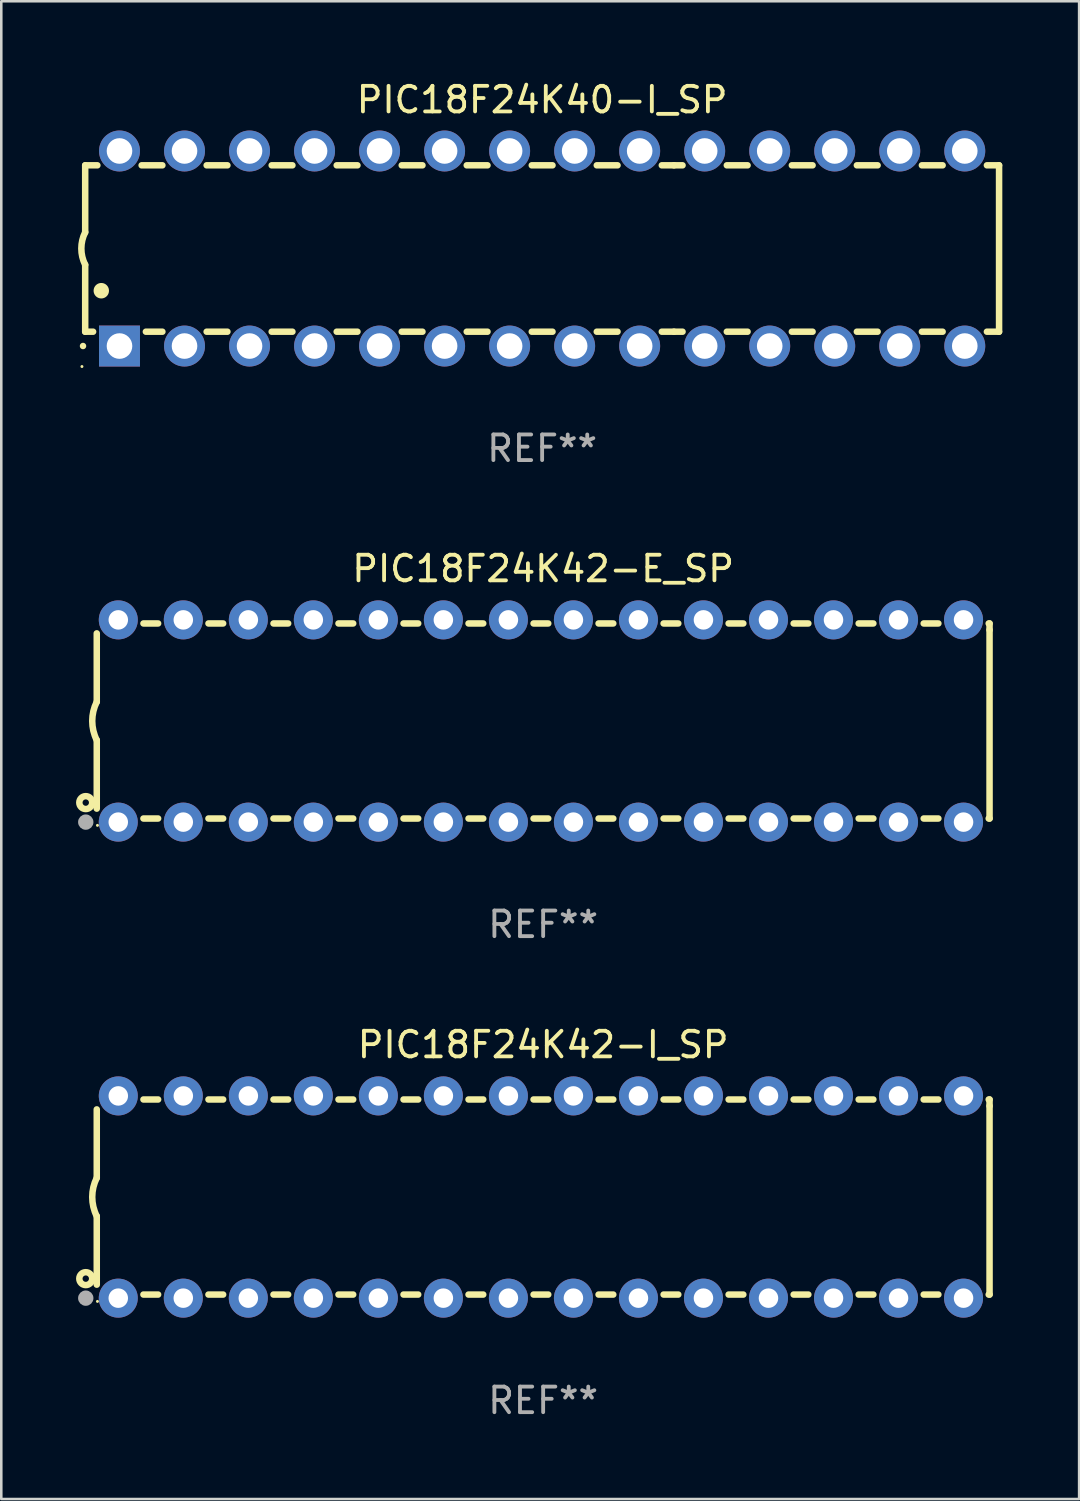
<source format=kicad_pcb>
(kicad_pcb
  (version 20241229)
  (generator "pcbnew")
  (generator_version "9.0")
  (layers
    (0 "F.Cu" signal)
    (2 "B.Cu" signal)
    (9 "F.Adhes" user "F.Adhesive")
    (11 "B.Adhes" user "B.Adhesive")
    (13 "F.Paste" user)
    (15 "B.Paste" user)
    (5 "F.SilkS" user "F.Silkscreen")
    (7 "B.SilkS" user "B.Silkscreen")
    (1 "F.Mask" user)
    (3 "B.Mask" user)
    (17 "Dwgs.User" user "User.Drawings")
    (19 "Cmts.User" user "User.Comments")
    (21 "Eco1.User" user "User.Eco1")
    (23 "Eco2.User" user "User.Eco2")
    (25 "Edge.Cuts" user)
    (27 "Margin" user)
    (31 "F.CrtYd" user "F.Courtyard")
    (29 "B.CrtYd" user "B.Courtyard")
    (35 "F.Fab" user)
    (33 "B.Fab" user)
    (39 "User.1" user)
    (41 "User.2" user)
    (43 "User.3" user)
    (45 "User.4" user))
  (footprint "PIC18F24K42-E_SP"
    (layer "F.Cu")
    (at 18.168 25.115)
    (property "Reference" "PIC18F24K42-E_SP" (at 0 -5.95 0) (layer "F.SilkS") (effects (font (size 1 1) (thickness 0.15))))
    (attr through_hole)
    (fp_line (start -17.438 0.75) (end -17.438 3.423) (stroke (width 0.254) (type solid)) (layer "F.SilkS"))
    (fp_line (start -17.438 -3.423) (end -17.438 -0.75) (stroke (width 0.254) (type solid)) (layer "F.SilkS"))
    (fp_line (start -15.615 3.81) (end -15.041 3.81) (stroke (width 0.254) (type solid)) (layer "F.SilkS"))
    (fp_line (start -15.041 -3.81) (end -15.614 -3.81) (stroke (width 0.254) (type solid)) (layer "F.SilkS"))
    (fp_line (start -13.075 3.81) (end -12.501 3.81) (stroke (width 0.254) (type solid)) (layer "F.SilkS"))
    (fp_line (start -12.501 -3.81) (end -13.074 -3.81) (stroke (width 0.254) (type solid)) (layer "F.SilkS"))
    (fp_line (start -10.535 3.81) (end -9.961 3.81) (stroke (width 0.254) (type solid)) (layer "F.SilkS"))
    (fp_line (start -9.961 -3.81) (end -10.534 -3.81) (stroke (width 0.254) (type solid)) (layer "F.SilkS"))
    (fp_line (start -7.995 3.81) (end -7.421 3.81) (stroke (width 0.254) (type solid)) (layer "F.SilkS"))
    (fp_line (start -7.421 -3.81) (end -7.995 -3.81) (stroke (width 0.254) (type solid)) (layer "F.SilkS"))
    (fp_line (start -5.455 3.81) (end -4.881 3.81) (stroke (width 0.254) (type solid)) (layer "F.SilkS"))
    (fp_line (start -4.881 -3.81) (end -5.455 -3.81) (stroke (width 0.254) (type solid)) (layer "F.SilkS"))
    (fp_line (start -2.915 3.81) (end -2.341 3.81) (stroke (width 0.254) (type solid)) (layer "F.SilkS"))
    (fp_line (start -2.341 -3.81) (end -2.915 -3.81) (stroke (width 0.254) (type solid)) (layer "F.SilkS"))
    (fp_line (start -0.375 3.81) (end 0.199 3.81) (stroke (width 0.254) (type solid)) (layer "F.SilkS"))
    (fp_line (start 0.199 -3.81) (end -0.375 -3.81) (stroke (width 0.254) (type solid)) (layer "F.SilkS"))
    (fp_line (start 2.165 3.81) (end 2.739 3.81) (stroke (width 0.254) (type solid)) (layer "F.SilkS"))
    (fp_line (start 2.739 -3.81) (end 2.165 -3.81) (stroke (width 0.254) (type solid)) (layer "F.SilkS"))
    (fp_line (start 4.705 3.81) (end 5.279 3.81) (stroke (width 0.254) (type solid)) (layer "F.SilkS"))
    (fp_line (start 5.279 -3.81) (end 4.705 -3.81) (stroke (width 0.254) (type solid)) (layer "F.SilkS"))
    (fp_line (start 7.245 3.81) (end 7.819 3.81) (stroke (width 0.254) (type solid)) (layer "F.SilkS"))
    (fp_line (start 7.819 -3.81) (end 7.245 -3.81) (stroke (width 0.254) (type solid)) (layer "F.SilkS"))
    (fp_line (start 9.785 3.81) (end 10.359 3.81) (stroke (width 0.254) (type solid)) (layer "F.SilkS"))
    (fp_line (start 10.359 -3.81) (end 9.785 -3.81) (stroke (width 0.254) (type solid)) (layer "F.SilkS"))
    (fp_line (start 12.325 3.81) (end 12.899 3.81) (stroke (width 0.254) (type solid)) (layer "F.SilkS"))
    (fp_line (start 12.899 -3.81) (end 12.325 -3.81) (stroke (width 0.254) (type solid)) (layer "F.SilkS"))
    (fp_line (start 14.865 3.81) (end 15.439 3.81) (stroke (width 0.254) (type solid)) (layer "F.SilkS"))
    (fp_line (start 15.439 -3.81) (end 14.865 -3.81) (stroke (width 0.254) (type solid)) (layer "F.SilkS"))
    (fp_line (start 17.405 3.81) (end 17.438 3.81) (stroke (width 0.254) (type solid)) (layer "F.SilkS"))
    (fp_line (start 17.438 -3.81) (end 17.405 -3.81) (stroke (width 0.254) (type solid)) (layer "F.SilkS"))
    (fp_line (start 17.438 -3.556) (end 17.438 -3.81) (stroke (width 0.254) (type solid)) (layer "F.SilkS"))
    (fp_line (start 17.438 3.81) (end 17.438 -3.556) (stroke (width 0.254) (type solid)) (layer "F.SilkS"))
    (fp_arc (start -17.437986 0.749657) (mid -17.614887 -0.000024) (end -17.437783 -0.749657) (stroke (width 0.254001) (type solid)) (layer "F.SilkS"))
    (fp_circle (center -17.868 3.188) (end -17.743 3.188) (stroke (width 0.254) (type solid)) (fill no) (layer "F.SilkS"))
    (fp_circle (center -17.411 4.077) (end -17.381 4.077) (stroke (width 0.06) (type solid)) (fill no) (layer "F.SilkS"))
    (fp_circle (center -17.868 3.95) (end -17.718 3.95) (stroke (width 0.3) (type solid)) (fill no) (layer "F.Fab"))
    (fp_text user "REF**" (at 0 7.95 0) (layer "F.Fab") (effects (font (size 1 1) (thickness 0.15))))
    (pad "1" thru_hole circle (at -16.598 3.95) (size 1.524 1.524) (drill 0.762) (layers "*.Cu" "*.Mask"))
    (pad "2" thru_hole circle (at -14.058 3.95) (size 1.524 1.524) (drill 0.762) (layers "*.Cu" "*.Mask"))
    (pad "3" thru_hole circle (at -11.518 3.95) (size 1.524 1.524) (drill 0.762) (layers "*.Cu" "*.Mask"))
    (pad "4" thru_hole circle (at -8.978 3.95) (size 1.524 1.524) (drill 0.762) (layers "*.Cu" "*.Mask"))
    (pad "5" thru_hole circle (at -6.438 3.95) (size 1.524 1.524) (drill 0.762) (layers "*.Cu" "*.Mask"))
    (pad "6" thru_hole circle (at -3.898 3.95) (size 1.524 1.524) (drill 0.762) (layers "*.Cu" "*.Mask"))
    (pad "7" thru_hole circle (at -1.358 3.95) (size 1.524 1.524) (drill 0.762) (layers "*.Cu" "*.Mask"))
    (pad "8" thru_hole circle (at 1.182 3.95) (size 1.524 1.524) (drill 0.762) (layers "*.Cu" "*.Mask"))
    (pad "9" thru_hole circle (at 3.722 3.95) (size 1.524 1.524) (drill 0.762) (layers "*.Cu" "*.Mask"))
    (pad "10" thru_hole circle (at 6.262 3.95) (size 1.524 1.524) (drill 0.762) (layers "*.Cu" "*.Mask"))
    (pad "11" thru_hole circle (at 8.802 3.95) (size 1.524 1.524) (drill 0.762) (layers "*.Cu" "*.Mask"))
    (pad "12" thru_hole circle (at 11.342 3.95) (size 1.524 1.524) (drill 0.762) (layers "*.Cu" "*.Mask"))
    (pad "13" thru_hole circle (at 13.882 3.95) (size 1.524 1.524) (drill 0.762) (layers "*.Cu" "*.Mask"))
    (pad "14" thru_hole circle (at 16.422 3.95) (size 1.524 1.524) (drill 0.762) (layers "*.Cu" "*.Mask"))
    (pad "15" thru_hole circle (at 16.422 -3.95) (size 1.524 1.524) (drill 0.762) (layers "*.Cu" "*.Mask"))
    (pad "16" thru_hole circle (at 13.882 -3.95) (size 1.524 1.524) (drill 0.762) (layers "*.Cu" "*.Mask"))
    (pad "17" thru_hole circle (at 11.342 -3.95) (size 1.524 1.524) (drill 0.762) (layers "*.Cu" "*.Mask"))
    (pad "18" thru_hole circle (at 8.802 -3.95) (size 1.524 1.524) (drill 0.762) (layers "*.Cu" "*.Mask"))
    (pad "19" thru_hole circle (at 6.262 -3.95) (size 1.524 1.524) (drill 0.762) (layers "*.Cu" "*.Mask"))
    (pad "20" thru_hole circle (at 3.722 -3.95) (size 1.524 1.524) (drill 0.762) (layers "*.Cu" "*.Mask"))
    (pad "21" thru_hole circle (at 1.182 -3.95) (size 1.524 1.524) (drill 0.762) (layers "*.Cu" "*.Mask"))
    (pad "22" thru_hole circle (at -1.358 -3.95) (size 1.524 1.524) (drill 0.762) (layers "*.Cu" "*.Mask"))
    (pad "23" thru_hole circle (at -3.898 -3.95) (size 1.524 1.524) (drill 0.762) (layers "*.Cu" "*.Mask"))
    (pad "24" thru_hole circle (at -6.438 -3.95) (size 1.524 1.524) (drill 0.762) (layers "*.Cu" "*.Mask"))
    (pad "25" thru_hole circle (at -8.978 -3.95) (size 1.524 1.524) (drill 0.762) (layers "*.Cu" "*.Mask"))
    (pad "26" thru_hole circle (at -11.517 -3.95) (size 1.524 1.524) (drill 0.762) (layers "*.Cu" "*.Mask"))
    (pad "27" thru_hole circle (at -14.057 -3.95) (size 1.524 1.524) (drill 0.762) (layers "*.Cu" "*.Mask"))
    (pad "28" thru_hole circle (at -16.597 -3.95) (size 1.524 1.524) (drill 0.762) (layers "*.Cu" "*.Mask")))
  (footprint "PIC18F24K42-I_SP"
    (layer "F.Cu")
    (at 18.168 43.711)
    (property "Reference" "PIC18F24K42-I_SP" (at 0 -5.95 0) (layer "F.SilkS") (effects (font (size 1 1) (thickness 0.15))))
    (attr through_hole)
    (fp_line (start -17.438 0.75) (end -17.438 3.423) (stroke (width 0.254) (type solid)) (layer "F.SilkS"))
    (fp_line (start -17.438 -3.423) (end -17.438 -0.75) (stroke (width 0.254) (type solid)) (layer "F.SilkS"))
    (fp_line (start -15.615 3.81) (end -15.041 3.81) (stroke (width 0.254) (type solid)) (layer "F.SilkS"))
    (fp_line (start -15.041 -3.81) (end -15.614 -3.81) (stroke (width 0.254) (type solid)) (layer "F.SilkS"))
    (fp_line (start -13.075 3.81) (end -12.501 3.81) (stroke (width 0.254) (type solid)) (layer "F.SilkS"))
    (fp_line (start -12.501 -3.81) (end -13.074 -3.81) (stroke (width 0.254) (type solid)) (layer "F.SilkS"))
    (fp_line (start -10.535 3.81) (end -9.961 3.81) (stroke (width 0.254) (type solid)) (layer "F.SilkS"))
    (fp_line (start -9.961 -3.81) (end -10.534 -3.81) (stroke (width 0.254) (type solid)) (layer "F.SilkS"))
    (fp_line (start -7.995 3.81) (end -7.421 3.81) (stroke (width 0.254) (type solid)) (layer "F.SilkS"))
    (fp_line (start -7.421 -3.81) (end -7.995 -3.81) (stroke (width 0.254) (type solid)) (layer "F.SilkS"))
    (fp_line (start -5.455 3.81) (end -4.881 3.81) (stroke (width 0.254) (type solid)) (layer "F.SilkS"))
    (fp_line (start -4.881 -3.81) (end -5.455 -3.81) (stroke (width 0.254) (type solid)) (layer "F.SilkS"))
    (fp_line (start -2.915 3.81) (end -2.341 3.81) (stroke (width 0.254) (type solid)) (layer "F.SilkS"))
    (fp_line (start -2.341 -3.81) (end -2.915 -3.81) (stroke (width 0.254) (type solid)) (layer "F.SilkS"))
    (fp_line (start -0.375 3.81) (end 0.199 3.81) (stroke (width 0.254) (type solid)) (layer "F.SilkS"))
    (fp_line (start 0.199 -3.81) (end -0.375 -3.81) (stroke (width 0.254) (type solid)) (layer "F.SilkS"))
    (fp_line (start 2.165 3.81) (end 2.739 3.81) (stroke (width 0.254) (type solid)) (layer "F.SilkS"))
    (fp_line (start 2.739 -3.81) (end 2.165 -3.81) (stroke (width 0.254) (type solid)) (layer "F.SilkS"))
    (fp_line (start 4.705 3.81) (end 5.279 3.81) (stroke (width 0.254) (type solid)) (layer "F.SilkS"))
    (fp_line (start 5.279 -3.81) (end 4.705 -3.81) (stroke (width 0.254) (type solid)) (layer "F.SilkS"))
    (fp_line (start 7.245 3.81) (end 7.819 3.81) (stroke (width 0.254) (type solid)) (layer "F.SilkS"))
    (fp_line (start 7.819 -3.81) (end 7.245 -3.81) (stroke (width 0.254) (type solid)) (layer "F.SilkS"))
    (fp_line (start 9.785 3.81) (end 10.359 3.81) (stroke (width 0.254) (type solid)) (layer "F.SilkS"))
    (fp_line (start 10.359 -3.81) (end 9.785 -3.81) (stroke (width 0.254) (type solid)) (layer "F.SilkS"))
    (fp_line (start 12.325 3.81) (end 12.899 3.81) (stroke (width 0.254) (type solid)) (layer "F.SilkS"))
    (fp_line (start 12.899 -3.81) (end 12.325 -3.81) (stroke (width 0.254) (type solid)) (layer "F.SilkS"))
    (fp_line (start 14.865 3.81) (end 15.439 3.81) (stroke (width 0.254) (type solid)) (layer "F.SilkS"))
    (fp_line (start 15.439 -3.81) (end 14.865 -3.81) (stroke (width 0.254) (type solid)) (layer "F.SilkS"))
    (fp_line (start 17.405 3.81) (end 17.438 3.81) (stroke (width 0.254) (type solid)) (layer "F.SilkS"))
    (fp_line (start 17.438 -3.81) (end 17.405 -3.81) (stroke (width 0.254) (type solid)) (layer "F.SilkS"))
    (fp_line (start 17.438 -3.556) (end 17.438 -3.81) (stroke (width 0.254) (type solid)) (layer "F.SilkS"))
    (fp_line (start 17.438 3.81) (end 17.438 -3.556) (stroke (width 0.254) (type solid)) (layer "F.SilkS"))
    (fp_arc (start -17.437986 0.749657) (mid -17.614887 -0.000024) (end -17.437783 -0.749657) (stroke (width 0.254001) (type solid)) (layer "F.SilkS"))
    (fp_circle (center -17.868 3.188) (end -17.743 3.188) (stroke (width 0.254) (type solid)) (fill no) (layer "F.SilkS"))
    (fp_circle (center -17.411 4.077) (end -17.381 4.077) (stroke (width 0.06) (type solid)) (fill no) (layer "F.SilkS"))
    (fp_circle (center -17.868 3.95) (end -17.718 3.95) (stroke (width 0.3) (type solid)) (fill no) (layer "F.Fab"))
    (fp_text user "REF**" (at 0 7.95 0) (layer "F.Fab") (effects (font (size 1 1) (thickness 0.15))))
    (pad "1" thru_hole circle (at -16.598 3.95) (size 1.524 1.524) (drill 0.762) (layers "*.Cu" "*.Mask"))
    (pad "2" thru_hole circle (at -14.058 3.95) (size 1.524 1.524) (drill 0.762) (layers "*.Cu" "*.Mask"))
    (pad "3" thru_hole circle (at -11.518 3.95) (size 1.524 1.524) (drill 0.762) (layers "*.Cu" "*.Mask"))
    (pad "4" thru_hole circle (at -8.978 3.95) (size 1.524 1.524) (drill 0.762) (layers "*.Cu" "*.Mask"))
    (pad "5" thru_hole circle (at -6.438 3.95) (size 1.524 1.524) (drill 0.762) (layers "*.Cu" "*.Mask"))
    (pad "6" thru_hole circle (at -3.898 3.95) (size 1.524 1.524) (drill 0.762) (layers "*.Cu" "*.Mask"))
    (pad "7" thru_hole circle (at -1.358 3.95) (size 1.524 1.524) (drill 0.762) (layers "*.Cu" "*.Mask"))
    (pad "8" thru_hole circle (at 1.182 3.95) (size 1.524 1.524) (drill 0.762) (layers "*.Cu" "*.Mask"))
    (pad "9" thru_hole circle (at 3.722 3.95) (size 1.524 1.524) (drill 0.762) (layers "*.Cu" "*.Mask"))
    (pad "10" thru_hole circle (at 6.262 3.95) (size 1.524 1.524) (drill 0.762) (layers "*.Cu" "*.Mask"))
    (pad "11" thru_hole circle (at 8.802 3.95) (size 1.524 1.524) (drill 0.762) (layers "*.Cu" "*.Mask"))
    (pad "12" thru_hole circle (at 11.342 3.95) (size 1.524 1.524) (drill 0.762) (layers "*.Cu" "*.Mask"))
    (pad "13" thru_hole circle (at 13.882 3.95) (size 1.524 1.524) (drill 0.762) (layers "*.Cu" "*.Mask"))
    (pad "14" thru_hole circle (at 16.422 3.95) (size 1.524 1.524) (drill 0.762) (layers "*.Cu" "*.Mask"))
    (pad "15" thru_hole circle (at 16.422 -3.95) (size 1.524 1.524) (drill 0.762) (layers "*.Cu" "*.Mask"))
    (pad "16" thru_hole circle (at 13.882 -3.95) (size 1.524 1.524) (drill 0.762) (layers "*.Cu" "*.Mask"))
    (pad "17" thru_hole circle (at 11.342 -3.95) (size 1.524 1.524) (drill 0.762) (layers "*.Cu" "*.Mask"))
    (pad "18" thru_hole circle (at 8.802 -3.95) (size 1.524 1.524) (drill 0.762) (layers "*.Cu" "*.Mask"))
    (pad "19" thru_hole circle (at 6.262 -3.95) (size 1.524 1.524) (drill 0.762) (layers "*.Cu" "*.Mask"))
    (pad "20" thru_hole circle (at 3.722 -3.95) (size 1.524 1.524) (drill 0.762) (layers "*.Cu" "*.Mask"))
    (pad "21" thru_hole circle (at 1.182 -3.95) (size 1.524 1.524) (drill 0.762) (layers "*.Cu" "*.Mask"))
    (pad "22" thru_hole circle (at -1.358 -3.95) (size 1.524 1.524) (drill 0.762) (layers "*.Cu" "*.Mask"))
    (pad "23" thru_hole circle (at -3.898 -3.95) (size 1.524 1.524) (drill 0.762) (layers "*.Cu" "*.Mask"))
    (pad "24" thru_hole circle (at -6.438 -3.95) (size 1.524 1.524) (drill 0.762) (layers "*.Cu" "*.Mask"))
    (pad "25" thru_hole circle (at -8.978 -3.95) (size 1.524 1.524) (drill 0.762) (layers "*.Cu" "*.Mask"))
    (pad "26" thru_hole circle (at -11.517 -3.95) (size 1.524 1.524) (drill 0.762) (layers "*.Cu" "*.Mask"))
    (pad "27" thru_hole circle (at -14.057 -3.95) (size 1.524 1.524) (drill 0.762) (layers "*.Cu" "*.Mask"))
    (pad "28" thru_hole circle (at -16.597 -3.95) (size 1.524 1.524) (drill 0.762) (layers "*.Cu" "*.Mask")))
  (footprint "PIC18F24K40-I_SP"
    (layer "F.Cu")
    (at 18.128 6.658)
    (property "Reference" "PIC18F24K40-I_SP" (at 0 -5.81 0) (layer "F.SilkS") (effects (font (size 1 1) (thickness 0.15))))
    (attr through_hole)
    (fp_line (start -17.85 -3.25) (end -17.85 -0.635) (stroke (width 0.254) (type solid)) (layer "F.SilkS"))
    (fp_line (start -17.85 3.25) (end -17.85 0.635) (stroke (width 0.254) (type solid)) (layer "F.SilkS"))
    (fp_line (start -17.85 3.25) (end -17.541 3.25) (stroke (width 0.254) (type solid)) (layer "F.SilkS"))
    (fp_line (start -17.375 -3.25) (end -17.85 -3.25) (stroke (width 0.254) (type solid)) (layer "F.SilkS"))
    (fp_line (start -15.479 3.25) (end -14.835 3.25) (stroke (width 0.254) (type solid)) (layer "F.SilkS"))
    (fp_line (start -14.835 -3.25) (end -15.645 -3.25) (stroke (width 0.254) (type solid)) (layer "F.SilkS"))
    (fp_line (start -13.105 3.25) (end -12.295 3.25) (stroke (width 0.254) (type solid)) (layer "F.SilkS"))
    (fp_line (start -12.295 -3.25) (end -13.105 -3.25) (stroke (width 0.254) (type solid)) (layer "F.SilkS"))
    (fp_line (start -10.565 3.25) (end -9.755 3.25) (stroke (width 0.254) (type solid)) (layer "F.SilkS"))
    (fp_line (start -9.755 -3.25) (end -10.565 -3.25) (stroke (width 0.254) (type solid)) (layer "F.SilkS"))
    (fp_line (start -8.025 3.25) (end -7.215 3.25) (stroke (width 0.254) (type solid)) (layer "F.SilkS"))
    (fp_line (start -7.215 -3.25) (end -8.025 -3.25) (stroke (width 0.254) (type solid)) (layer "F.SilkS"))
    (fp_line (start -5.485 3.25) (end -4.675 3.25) (stroke (width 0.254) (type solid)) (layer "F.SilkS"))
    (fp_line (start -4.675 -3.25) (end -5.485 -3.25) (stroke (width 0.254) (type solid)) (layer "F.SilkS"))
    (fp_line (start -2.945 3.25) (end -2.135 3.25) (stroke (width 0.254) (type solid)) (layer "F.SilkS"))
    (fp_line (start -2.135 -3.25) (end -2.945 -3.25) (stroke (width 0.254) (type solid)) (layer "F.SilkS"))
    (fp_line (start -0.405 3.25) (end 0.405 3.25) (stroke (width 0.254) (type solid)) (layer "F.SilkS"))
    (fp_line (start 0.405 -3.25) (end -0.405 -3.25) (stroke (width 0.254) (type solid)) (layer "F.SilkS"))
    (fp_line (start 2.135 3.25) (end 2.945 3.25) (stroke (width 0.254) (type solid)) (layer "F.SilkS"))
    (fp_line (start 2.945 -3.25) (end 2.135 -3.25) (stroke (width 0.254) (type solid)) (layer "F.SilkS"))
    (fp_line (start 4.675 3.25) (end 5.15 3.25) (stroke (width 0.254) (type solid)) (layer "F.SilkS"))
    (fp_line (start 5.15 -3.25) (end 4.675 -3.25) (stroke (width 0.254) (type solid)) (layer "F.SilkS"))
    (fp_line (start 5.15 -3.25) (end 5.485 -3.25) (stroke (width 0.254) (type solid)) (layer "F.SilkS"))
    (fp_line (start 5.15 3.25) (end 5.485 3.25) (stroke (width 0.254) (type solid)) (layer "F.SilkS"))
    (fp_line (start 7.215 -3.25) (end 8.025 -3.25) (stroke (width 0.254) (type solid)) (layer "F.SilkS"))
    (fp_line (start 7.215 3.25) (end 8.025 3.25) (stroke (width 0.254) (type solid)) (layer "F.SilkS"))
    (fp_line (start 9.755 -3.25) (end 10.565 -3.25) (stroke (width 0.254) (type solid)) (layer "F.SilkS"))
    (fp_line (start 9.755 3.25) (end 10.565 3.25) (stroke (width 0.254) (type solid)) (layer "F.SilkS"))
    (fp_line (start 12.295 -3.25) (end 13.105 -3.25) (stroke (width 0.254) (type solid)) (layer "F.SilkS"))
    (fp_line (start 12.295 3.25) (end 13.105 3.25) (stroke (width 0.254) (type solid)) (layer "F.SilkS"))
    (fp_line (start 14.835 -3.25) (end 15.645 -3.25) (stroke (width 0.254) (type solid)) (layer "F.SilkS"))
    (fp_line (start 14.835 3.25) (end 15.645 3.25) (stroke (width 0.254) (type solid)) (layer "F.SilkS"))
    (fp_line (start 17.375 -3.25) (end 17.85 -3.25) (stroke (width 0.254) (type solid)) (layer "F.SilkS"))
    (fp_line (start 17.375 3.25) (end 17.85 3.25) (stroke (width 0.254) (type solid)) (layer "F.SilkS"))
    (fp_line (start 17.85 -3.25) (end 17.85 3.25) (stroke (width 0.254) (type solid)) (layer "F.SilkS"))
    (fp_arc (start -17.934976 3.810008) (mid -17.934983 3.808738) (end -17.934976 3.807468) (stroke (width 0.25) (type solid)) (layer "F.SilkS"))
    (fp_arc (start -17.851155 0.635002) (mid -18.000677 -0.000132) (end -17.850038 -0.635001) (stroke (width 0.254001) (type solid)) (layer "F.SilkS"))
    (fp_arc (start -17.221234 1.651003) (mid -17.221245 1.648463) (end -17.221234 1.645923) (stroke (width 0.6) (type solid)) (layer "F.SilkS"))
    (fp_circle (center -17.977 4.61) (end -17.947 4.61) (stroke (width 0.06) (type solid)) (fill no) (layer "F.SilkS"))
    (fp_text user "REF**" (at 0 7.81 0) (layer "F.Fab") (effects (font (size 1 1) (thickness 0.15))))
    (pad "1" thru_hole rect (at -16.51 3.81 90) (size 1.6 1.6) (drill 1) (layers "*.Cu" "*.Mask"))
    (pad "2" thru_hole circle (at -13.97 3.81 90) (size 1.6 1.6) (drill 1) (layers "*.Cu" "*.Mask"))
    (pad "3" thru_hole circle (at -11.43 3.81 90) (size 1.6 1.6) (drill 1) (layers "*.Cu" "*.Mask"))
    (pad "4" thru_hole circle (at -8.89 3.81 90) (size 1.6 1.6) (drill 1) (layers "*.Cu" "*.Mask"))
    (pad "5" thru_hole circle (at -6.35 3.81 90) (size 1.6 1.6) (drill 1) (layers "*.Cu" "*.Mask"))
    (pad "6" thru_hole circle (at -3.81 3.81 90) (size 1.6 1.6) (drill 1) (layers "*.Cu" "*.Mask"))
    (pad "7" thru_hole circle (at -1.27 3.81 90) (size 1.6 1.6) (drill 1) (layers "*.Cu" "*.Mask"))
    (pad "8" thru_hole circle (at 1.27 3.81 90) (size 1.6 1.6) (drill 1) (layers "*.Cu" "*.Mask"))
    (pad "9" thru_hole circle (at 3.81 3.81 90) (size 1.6 1.6) (drill 1) (layers "*.Cu" "*.Mask"))
    (pad "10" thru_hole circle (at 6.35 3.81 90) (size 1.6 1.6) (drill 1) (layers "*.Cu" "*.Mask"))
    (pad "11" thru_hole circle (at 8.89 3.81 90) (size 1.6 1.6) (drill 1) (layers "*.Cu" "*.Mask"))
    (pad "12" thru_hole circle (at 11.43 3.81 90) (size 1.6 1.6) (drill 1) (layers "*.Cu" "*.Mask"))
    (pad "13" thru_hole circle (at 13.97 3.81 90) (size 1.6 1.6) (drill 1) (layers "*.Cu" "*.Mask"))
    (pad "14" thru_hole circle (at 16.51 3.81 90) (size 1.6 1.6) (drill 1) (layers "*.Cu" "*.Mask"))
    (pad "15" thru_hole circle (at 16.51 -3.81 90) (size 1.6 1.6) (drill 1) (layers "*.Cu" "*.Mask"))
    (pad "16" thru_hole circle (at 13.97 -3.81 90) (size 1.6 1.6) (drill 1) (layers "*.Cu" "*.Mask"))
    (pad "17" thru_hole circle (at 11.43 -3.81 90) (size 1.6 1.6) (drill 1) (layers "*.Cu" "*.Mask"))
    (pad "18" thru_hole circle (at 8.89 -3.81 90) (size 1.6 1.6) (drill 1) (layers "*.Cu" "*.Mask"))
    (pad "19" thru_hole circle (at 6.35 -3.81 90) (size 1.6 1.6) (drill 1) (layers "*.Cu" "*.Mask"))
    (pad "20" thru_hole circle (at 3.81 -3.81 90) (size 1.6 1.6) (drill 1) (layers "*.Cu" "*.Mask"))
    (pad "21" thru_hole circle (at 1.27 -3.81 90) (size 1.6 1.6) (drill 1) (layers "*.Cu" "*.Mask"))
    (pad "22" thru_hole circle (at -1.27 -3.81 90) (size 1.6 1.6) (drill 1) (layers "*.Cu" "*.Mask"))
    (pad "23" thru_hole circle (at -3.81 -3.81 90) (size 1.6 1.6) (drill 1) (layers "*.Cu" "*.Mask"))
    (pad "24" thru_hole circle (at -6.35 -3.81 90) (size 1.6 1.6) (drill 1) (layers "*.Cu" "*.Mask"))
    (pad "25" thru_hole circle (at -8.89 -3.81 90) (size 1.6 1.6) (drill 1) (layers "*.Cu" "*.Mask"))
    (pad "26" thru_hole circle (at -11.43 -3.81 90) (size 1.6 1.6) (drill 1) (layers "*.Cu" "*.Mask"))
    (pad "27" thru_hole circle (at -13.97 -3.81 90) (size 1.6 1.6) (drill 1) (layers "*.Cu" "*.Mask"))
    (pad "28" thru_hole circle (at -16.51 -3.81 90) (size 1.6 1.6) (drill 1) (layers "*.Cu" "*.Mask")))
  (gr_rect
    (start -3 -3)
    (end 39.105 55.509)
    (stroke (width 0.1) (type default))
    (fill no)
    (layer "Edge.Cuts")))
</source>
